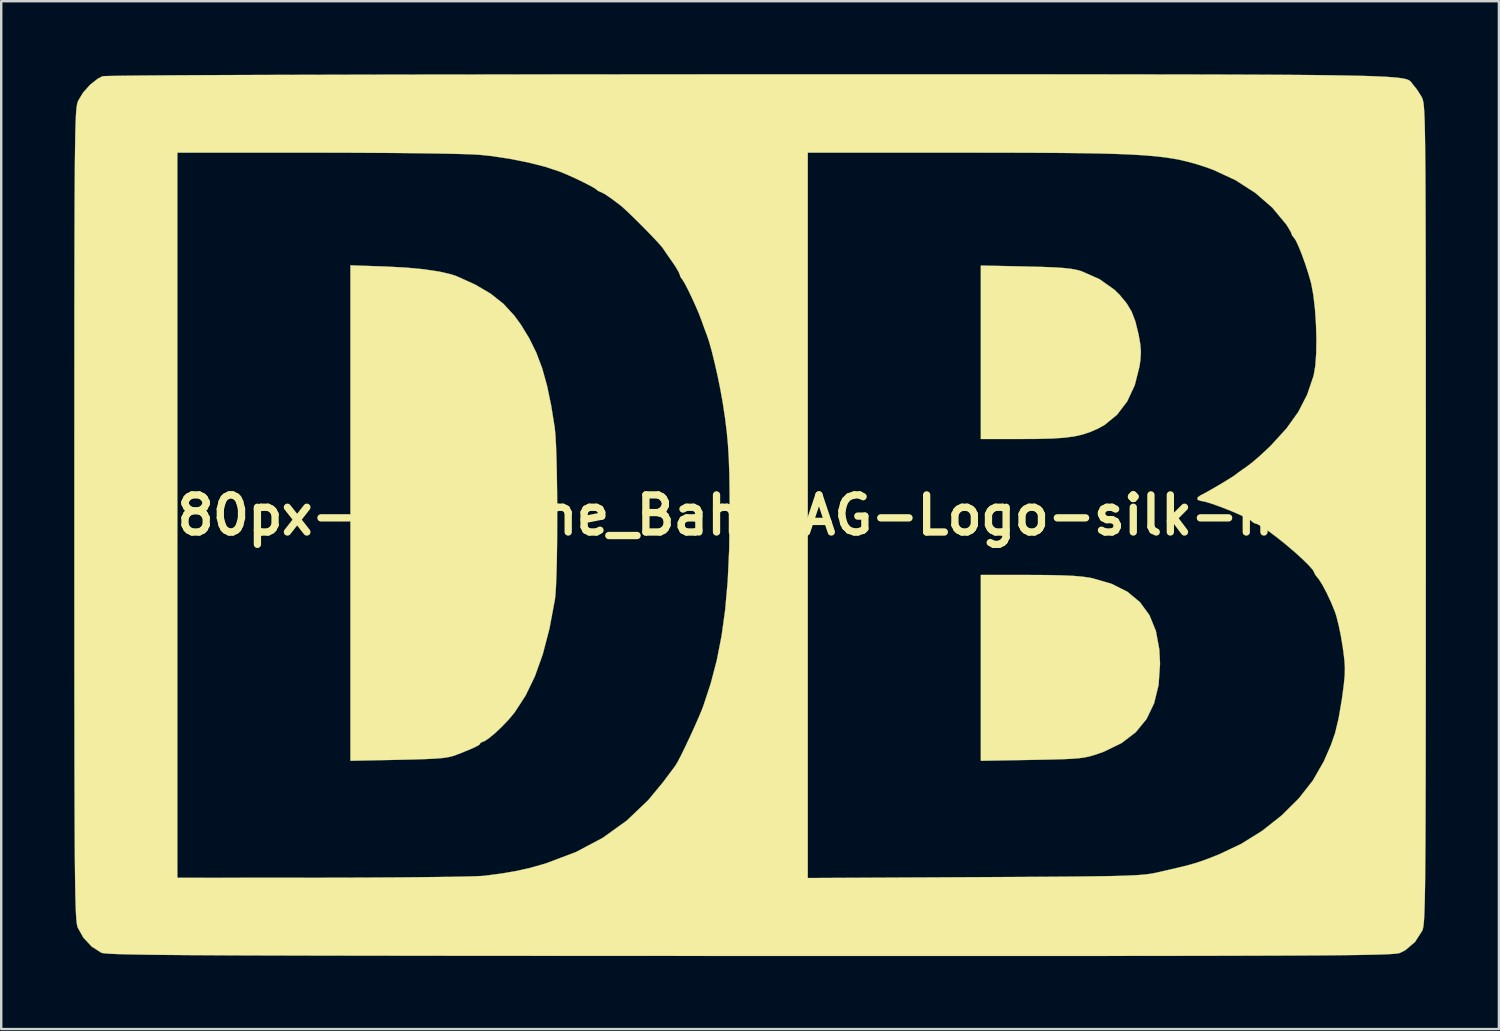
<source format=kicad_pcb>
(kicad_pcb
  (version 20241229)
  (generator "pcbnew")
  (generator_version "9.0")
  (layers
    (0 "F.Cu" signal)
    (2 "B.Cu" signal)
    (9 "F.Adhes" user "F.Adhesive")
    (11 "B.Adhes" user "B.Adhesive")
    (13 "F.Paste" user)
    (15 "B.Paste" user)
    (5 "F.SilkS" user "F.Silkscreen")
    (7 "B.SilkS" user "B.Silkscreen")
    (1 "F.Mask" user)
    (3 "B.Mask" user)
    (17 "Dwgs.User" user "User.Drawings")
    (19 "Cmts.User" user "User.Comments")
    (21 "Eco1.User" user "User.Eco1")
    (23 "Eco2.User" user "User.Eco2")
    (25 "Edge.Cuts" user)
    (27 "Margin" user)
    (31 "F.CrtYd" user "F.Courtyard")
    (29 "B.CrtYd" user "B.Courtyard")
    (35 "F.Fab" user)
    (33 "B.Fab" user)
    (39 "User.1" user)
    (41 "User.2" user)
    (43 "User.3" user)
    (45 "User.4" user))
  (footprint "1280px-Deutsche_Bahn_AG-Logo-silk-invert"
    (layer "F.Cu")
    (at 27.776 18.124)
    (property "Reference" "1280px-Deutsche_Bahn_AG-Logo-silk-invert" (at 0 0 0) (layer "F.SilkS") (effects (font (size 1.524 1.524) (thickness 0.3))))
    (attr through_hole)
    (fp_poly (pts (xy 12.204 2.459) (xy 12.8 2.471) (xy 13.276 2.492) (xy 13.654 2.524) (xy 13.959 2.568) (xy 14.065 2.589) (xy 14.854 2.818) (xy 15.506 3.145) (xy 16.024 3.574) (xy 16.414 4.109) (xy 16.677 4.755) (xy 16.819 5.516) (xy 16.848 6.113) (xy 16.788 6.98) (xy 16.604 7.732) (xy 16.293 8.377) (xy 15.85 8.918) (xy 15.272 9.361) (xy 14.556 9.711) (xy 14.339 9.791) (xy 14.124 9.862) (xy 13.929 9.917) (xy 13.727 9.958) (xy 13.492 9.989) (xy 13.198 10.011) (xy 12.817 10.028) (xy 12.325 10.041) (xy 11.694 10.053) (xy 11.578 10.055) (xy 9.483 10.092) (xy 9.483 2.455) (xy 11.462 2.455) (xy 12.204 2.459)) (stroke (width 0.01) (type solid)) (fill yes) (layer "F.SilkS"))
    (fp_poly (pts (xy 11.324 -10.222) (xy 11.972 -10.206) (xy 12.476 -10.186) (xy 12.864 -10.162) (xy 13.162 -10.131) (xy 13.396 -10.089) (xy 13.592 -10.036) (xy 13.632 -10.023) (xy 14.366 -9.698) (xy 14.97 -9.27) (xy 15.198 -9.045) (xy 15.479 -8.705) (xy 15.682 -8.365) (xy 15.833 -7.97) (xy 15.958 -7.466) (xy 15.969 -7.414) (xy 16.038 -7.022) (xy 16.062 -6.708) (xy 16.043 -6.388) (xy 16.001 -6.102) (xy 15.809 -5.341) (xy 15.499 -4.679) (xy 15.082 -4.13) (xy 14.565 -3.708) (xy 14.305 -3.564) (xy 13.986 -3.423) (xy 13.665 -3.316) (xy 13.312 -3.237) (xy 12.9 -3.184) (xy 12.399 -3.151) (xy 11.779 -3.136) (xy 11.211 -3.133) (xy 9.483 -3.133) (xy 9.483 -10.261) (xy 11.324 -10.222)) (stroke (width 0.01) (type solid)) (fill yes) (layer "F.SilkS"))
    (fp_poly (pts (xy -14.965 -10.22) (xy -14.132 -10.176) (xy -13.391 -10.105) (xy -12.762 -10.01) (xy -12.268 -9.895) (xy -12.065 -9.825) (xy -11.293 -9.476) (xy -10.66 -9.104) (xy -10.134 -8.686) (xy -9.685 -8.198) (xy -9.419 -7.832) (xy -9.073 -7.266) (xy -8.785 -6.68) (xy -8.546 -6.046) (xy -8.346 -5.331) (xy -8.174 -4.507) (xy -8.029 -3.598) (xy -7.999 -3.298) (xy -7.975 -2.859) (xy -7.955 -2.308) (xy -7.941 -1.671) (xy -7.931 -0.975) (xy -7.926 -0.247) (xy -7.927 0.487) (xy -7.932 1.201) (xy -7.942 1.868) (xy -7.958 2.462) (xy -7.978 2.955) (xy -8.004 3.322) (xy -8.022 3.471) (xy -8.246 4.665) (xy -8.518 5.709) (xy -8.842 6.618) (xy -9.224 7.408) (xy -9.668 8.092) (xy -9.704 8.139) (xy -9.935 8.414) (xy -10.204 8.695) (xy -10.479 8.954) (xy -10.728 9.161) (xy -10.92 9.288) (xy -10.997 9.313) (xy -11.087 9.36) (xy -11.091 9.379) (xy -11.123 9.428) (xy -11.231 9.495) (xy -11.439 9.592) (xy -11.769 9.728) (xy -12.065 9.846) (xy -12.225 9.901) (xy -12.405 9.944) (xy -12.631 9.977) (xy -12.928 10.002) (xy -13.321 10.021) (xy -13.835 10.038) (xy -14.457 10.052) (xy -16.425 10.091) (xy -16.425 -10.27) (xy -14.965 -10.22)) (stroke (width 0.01) (type solid)) (fill yes) (layer "F.SilkS"))
    (fp_poly (pts (xy 11.113 -18.119) (xy 12.879 -18.118) (xy 14.509 -18.118) (xy 16.007 -18.116) (xy 17.381 -18.114) (xy 18.636 -18.112) (xy 19.776 -18.109) (xy 20.809 -18.105) (xy 21.738 -18.1) (xy 22.57 -18.094) (xy 23.31 -18.087) (xy 23.964 -18.079) (xy 24.538 -18.069) (xy 25.036 -18.059) (xy 25.465 -18.047) (xy 25.83 -18.033) (xy 26.136 -18.017) (xy 26.389 -18) (xy 26.595 -17.982) (xy 26.759 -17.961) (xy 26.887 -17.938) (xy 26.984 -17.914) (xy 27.055 -17.887) (xy 27.107 -17.858) (xy 27.145 -17.826) (xy 27.174 -17.793) (xy 27.2 -17.756) (xy 27.229 -17.717) (xy 27.258 -17.683) (xy 27.424 -17.472) (xy 27.587 -17.211) (xy 27.609 -17.17) (xy 27.628 -17.129) (xy 27.645 -17.08) (xy 27.661 -17.016) (xy 27.676 -16.929) (xy 27.689 -16.813) (xy 27.701 -16.66) (xy 27.712 -16.463) (xy 27.722 -16.216) (xy 27.73 -15.911) (xy 27.737 -15.54) (xy 27.744 -15.098) (xy 27.749 -14.577) (xy 27.754 -13.97) (xy 27.758 -13.269) (xy 27.761 -12.469) (xy 27.764 -11.561) (xy 27.766 -10.538) (xy 27.768 -9.395) (xy 27.769 -8.122) (xy 27.77 -6.714) (xy 27.77 -5.164) (xy 27.771 -3.464) (xy 27.771 -1.607) (xy 27.771 -0.049) (xy 27.771 1.939) (xy 27.77 3.765) (xy 27.77 5.435) (xy 27.769 6.957) (xy 27.768 8.338) (xy 27.767 9.585) (xy 27.765 10.705) (xy 27.762 11.705) (xy 27.759 12.591) (xy 27.756 13.372) (xy 27.751 14.054) (xy 27.746 14.644) (xy 27.74 15.149) (xy 27.733 15.576) (xy 27.725 15.933) (xy 27.716 16.225) (xy 27.707 16.461) (xy 27.696 16.648) (xy 27.683 16.792) (xy 27.67 16.9) (xy 27.655 16.98) (xy 27.639 17.038) (xy 27.622 17.079) (xy 27.326 17.539) (xy 26.929 17.876) (xy 26.715 17.985) (xy 26.674 17.998) (xy 26.608 18.01) (xy 26.514 18.021) (xy 26.385 18.031) (xy 26.217 18.041) (xy 26.002 18.05) (xy 25.736 18.058) (xy 25.414 18.065) (xy 25.03 18.072) (xy 24.578 18.078) (xy 24.052 18.084) (xy 23.448 18.089) (xy 22.76 18.093) (xy 21.983 18.097) (xy 21.11 18.1) (xy 20.136 18.103) (xy 19.056 18.106) (xy 17.865 18.108) (xy 16.556 18.11) (xy 15.125 18.111) (xy 13.565 18.112) (xy 11.872 18.113) (xy 10.04 18.113) (xy 8.062 18.113) (xy 5.935 18.113) (xy 3.651 18.113) (xy 1.207 18.112) (xy 0.011 18.112) (xy -2.521 18.111) (xy -4.889 18.11) (xy -7.099 18.109) (xy -9.156 18.108) (xy -11.065 18.107) (xy -12.831 18.105) (xy -14.461 18.103) (xy -15.96 18.101) (xy -17.332 18.099) (xy -18.584 18.096) (xy -19.721 18.093) (xy -20.748 18.09) (xy -21.671 18.086) (xy -22.495 18.081) (xy -23.225 18.077) (xy -23.868 18.071) (xy -24.428 18.066) (xy -24.91 18.059) (xy -25.321 18.052) (xy -25.665 18.045) (xy -25.949 18.037) (xy -26.177 18.028) (xy -26.355 18.019) (xy -26.488 18.008) (xy -26.582 17.998) (xy -26.642 17.986) (xy -26.664 17.979) (xy -27.058 17.727) (xy -27.4 17.36) (xy -27.628 16.953) (xy -27.645 16.901) (xy -27.66 16.832) (xy -27.675 16.737) (xy -27.688 16.61) (xy -27.699 16.444) (xy -27.71 16.231) (xy -27.72 15.965) (xy -27.728 15.638) (xy -27.736 15.244) (xy -27.74 14.91) (xy 2.371 14.91) (xy 9.207 14.876) (xy 10.447 14.869) (xy 11.53 14.863) (xy 12.468 14.857) (xy 13.273 14.851) (xy 13.957 14.843) (xy 14.533 14.835) (xy 15.012 14.826) (xy 15.407 14.814) (xy 15.729 14.801) (xy 15.992 14.786) (xy 16.207 14.767) (xy 16.386 14.746) (xy 16.542 14.721) (xy 16.686 14.693) (xy 16.806 14.666) (xy 17.346 14.541) (xy 17.757 14.444) (xy 18.076 14.362) (xy 18.34 14.286) (xy 18.586 14.204) (xy 18.849 14.106) (xy 19.167 13.981) (xy 19.26 13.944) (xy 20.179 13.51) (xy 21.049 12.968) (xy 21.846 12.338) (xy 22.547 11.643) (xy 23.129 10.902) (xy 23.568 10.137) (xy 23.615 10.033) (xy 23.734 9.76) (xy 23.835 9.529) (xy 23.873 9.44) (xy 24.041 8.959) (xy 24.189 8.342) (xy 24.319 7.574) (xy 24.347 7.38) (xy 24.406 6.919) (xy 24.439 6.568) (xy 24.445 6.267) (xy 24.426 5.959) (xy 24.38 5.585) (xy 24.352 5.391) (xy 24.279 4.951) (xy 24.189 4.519) (xy 24.098 4.156) (xy 24.041 3.979) (xy 23.879 3.582) (xy 23.698 3.196) (xy 23.522 2.862) (xy 23.371 2.626) (xy 23.317 2.562) (xy 23.219 2.435) (xy 23.199 2.381) (xy 23.134 2.256) (xy 22.959 2.055) (xy 22.698 1.799) (xy 22.38 1.511) (xy 22.03 1.213) (xy 21.674 0.927) (xy 21.34 0.676) (xy 21.053 0.48) (xy 20.841 0.362) (xy 20.754 0.339) (xy 20.65 0.282) (xy 20.645 0.271) (xy 20.547 0.192) (xy 20.327 0.074) (xy 20.02 -0.067) (xy 19.664 -0.216) (xy 19.297 -0.358) (xy 18.956 -0.478) (xy 18.679 -0.561) (xy 18.502 -0.593) (xy 18.501 -0.593) (xy 18.387 -0.638) (xy 18.397 -0.735) (xy 18.521 -0.823) (xy 18.653 -0.888) (xy 18.88 -1.014) (xy 19.159 -1.175) (xy 19.451 -1.348) (xy 19.713 -1.508) (xy 19.904 -1.631) (xy 19.981 -1.689) (xy 20.07 -1.759) (xy 20.254 -1.889) (xy 20.402 -1.99) (xy 20.627 -2.161) (xy 20.923 -2.414) (xy 21.242 -2.708) (xy 21.418 -2.879) (xy 22.046 -3.568) (xy 22.531 -4.247) (xy 22.893 -4.951) (xy 23.152 -5.713) (xy 23.168 -5.777) (xy 23.232 -6.155) (xy 23.267 -6.658) (xy 23.275 -7.24) (xy 23.257 -7.859) (xy 23.216 -8.471) (xy 23.151 -9.033) (xy 23.065 -9.502) (xy 23.049 -9.567) (xy 22.942 -9.941) (xy 22.814 -10.334) (xy 22.677 -10.713) (xy 22.545 -11.042) (xy 22.432 -11.285) (xy 22.35 -11.409) (xy 22.339 -11.416) (xy 22.268 -11.513) (xy 22.267 -11.528) (xy 22.223 -11.641) (xy 22.108 -11.837) (xy 22.021 -11.969) (xy 21.461 -12.642) (xy 20.763 -13.248) (xy 19.95 -13.77) (xy 19.044 -14.192) (xy 18.627 -14.34) (xy 18.324 -14.435) (xy 18.027 -14.518) (xy 17.723 -14.591) (xy 17.4 -14.654) (xy 17.046 -14.708) (xy 16.648 -14.753) (xy 16.195 -14.791) (xy 15.674 -14.822) (xy 15.072 -14.847) (xy 14.378 -14.866) (xy 13.58 -14.88) (xy 12.665 -14.89) (xy 11.621 -14.896) (xy 10.435 -14.9) (xy 9.097 -14.901) (xy 8.657 -14.901) (xy 2.371 -14.901) (xy 2.371 14.91) (xy -27.74 14.91) (xy -27.742 14.775) (xy -27.748 14.225) (xy -27.753 13.586) (xy -27.757 12.85) (xy -27.76 12.012) (xy -27.763 11.064) (xy -27.766 9.999) (xy -27.767 8.81) (xy -27.769 7.489) (xy -27.77 6.03) (xy -27.77 4.426) (xy -27.771 2.669) (xy -27.771 0.753) (xy -27.771 -0.037) (xy -27.771 -2.011) (xy -27.77 -3.822) (xy -27.77 -5.479) (xy -27.769 -6.987) (xy -27.769 -8.355) (xy -27.767 -9.589) (xy -27.765 -10.697) (xy -27.763 -11.685) (xy -27.76 -12.56) (xy -27.757 -13.331) (xy -27.752 -14.003) (xy -27.747 -14.584) (xy -27.743 -14.901) (xy -23.537 -14.901) (xy -23.537 14.901) (xy -17.547 14.897) (xy -16.536 14.895) (xy -15.561 14.891) (xy -14.637 14.886) (xy -13.779 14.879) (xy -13.004 14.87) (xy -12.325 14.861) (xy -11.76 14.85) (xy -11.323 14.839) (xy -11.029 14.826) (xy -10.922 14.818) (xy -10.2 14.724) (xy -9.587 14.618) (xy -9.02 14.489) (xy -8.438 14.323) (xy -8.362 14.299) (xy -7.15 13.84) (xy -6.053 13.258) (xy -5.067 12.549) (xy -4.187 11.711) (xy -3.57 10.964) (xy -3.363 10.686) (xy -3.192 10.457) (xy -3.084 10.312) (xy -3.066 10.287) (xy -2.975 10.135) (xy -2.835 9.865) (xy -2.662 9.511) (xy -2.473 9.11) (xy -2.284 8.698) (xy -2.114 8.312) (xy -1.978 7.988) (xy -1.919 7.832) (xy -1.615 6.906) (xy -1.366 5.953) (xy -1.17 4.951) (xy -1.022 3.876) (xy -0.919 2.705) (xy -0.859 1.415) (xy -0.838 -0.016) (xy -0.838 -0.085) (xy -0.841 -0.961) (xy -0.853 -1.702) (xy -0.875 -2.342) (xy -0.91 -2.913) (xy -0.96 -3.451) (xy -1.027 -3.988) (xy -1.113 -4.559) (xy -1.136 -4.699) (xy -1.226 -5.196) (xy -1.335 -5.73) (xy -1.455 -6.259) (xy -1.575 -6.744) (xy -1.686 -7.142) (xy -1.776 -7.408) (xy -1.844 -7.585) (xy -1.939 -7.847) (xy -1.994 -8.001) (xy -2.102 -8.282) (xy -2.243 -8.613) (xy -2.4 -8.956) (xy -2.554 -9.275) (xy -2.688 -9.533) (xy -2.785 -9.691) (xy -2.815 -9.723) (xy -2.875 -9.82) (xy -2.879 -9.856) (xy -2.925 -9.977) (xy -3.044 -10.184) (xy -3.173 -10.378) (xy -3.352 -10.634) (xy -3.505 -10.856) (xy -3.576 -10.963) (xy -3.683 -11.096) (xy -3.883 -11.315) (xy -4.147 -11.591) (xy -4.444 -11.894) (xy -4.745 -12.193) (xy -5.02 -12.458) (xy -5.239 -12.66) (xy -5.339 -12.744) (xy -5.713 -13.024) (xy -5.987 -13.208) (xy -6.149 -13.289) (xy -6.17 -13.293) (xy -6.274 -13.347) (xy -6.279 -13.356) (xy -6.369 -13.427) (xy -6.577 -13.545) (xy -6.866 -13.693) (xy -7.198 -13.853) (xy -7.538 -14.005) (xy -7.832 -14.126) (xy -8.415 -14.319) (xy -9.113 -14.496) (xy -9.871 -14.648) (xy -10.635 -14.763) (xy -11.125 -14.813) (xy -11.407 -14.829) (xy -11.841 -14.844) (xy -12.41 -14.857) (xy -13.097 -14.869) (xy -13.886 -14.88) (xy -14.759 -14.889) (xy -15.699 -14.895) (xy -16.689 -14.9) (xy -17.713 -14.901) (xy -17.877 -14.901) (xy -23.537 -14.901) (xy -27.743 -14.901) (xy -27.741 -15.082) (xy -27.734 -15.503) (xy -27.727 -15.854) (xy -27.718 -16.143) (xy -27.708 -16.377) (xy -27.697 -16.562) (xy -27.684 -16.706) (xy -27.67 -16.817) (xy -27.655 -16.9) (xy -27.638 -16.964) (xy -27.62 -17.015) (xy -27.612 -17.035) (xy -27.412 -17.368) (xy -27.125 -17.689) (xy -26.805 -17.941) (xy -26.613 -18.04) (xy -26.509 -18.047) (xy -26.239 -18.054) (xy -25.808 -18.061) (xy -25.219 -18.068) (xy -24.477 -18.074) (xy -23.584 -18.08) (xy -22.545 -18.085) (xy -21.364 -18.09) (xy -20.044 -18.095) (xy -18.589 -18.099) (xy -17.004 -18.103) (xy -15.292 -18.107) (xy -13.457 -18.11) (xy -11.503 -18.112) (xy -9.434 -18.115) (xy -7.253 -18.116) (xy -4.965 -18.118) (xy -2.573 -18.118) (xy -0.081 -18.119) (xy 0.051 -18.119) (xy 2.58 -18.119) (xy 4.945 -18.119) (xy 7.152 -18.119) (xy 9.206 -18.119) (xy 11.113 -18.119)) (stroke (width 0.01) (type solid)) (fill yes) (layer "F.SilkS")))
  (gr_rect
    (start -3 -3)
    (end 58.551 39.242)
    (stroke (width 0.1) (type default))
    (fill no)
    (layer "Edge.Cuts")))
</source>
